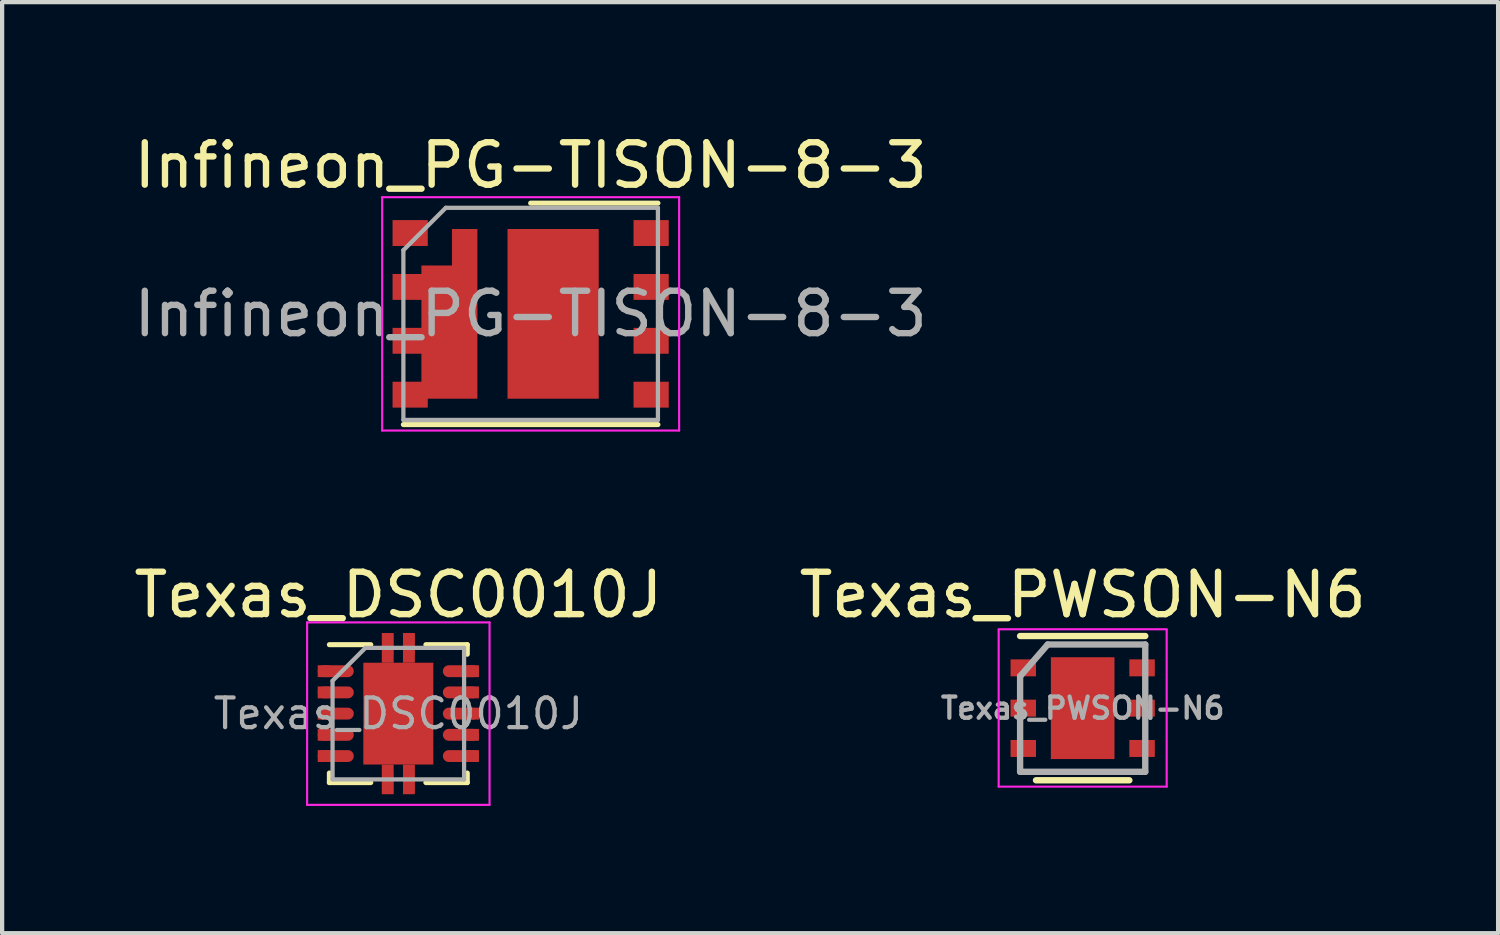
<source format=kicad_pcb>
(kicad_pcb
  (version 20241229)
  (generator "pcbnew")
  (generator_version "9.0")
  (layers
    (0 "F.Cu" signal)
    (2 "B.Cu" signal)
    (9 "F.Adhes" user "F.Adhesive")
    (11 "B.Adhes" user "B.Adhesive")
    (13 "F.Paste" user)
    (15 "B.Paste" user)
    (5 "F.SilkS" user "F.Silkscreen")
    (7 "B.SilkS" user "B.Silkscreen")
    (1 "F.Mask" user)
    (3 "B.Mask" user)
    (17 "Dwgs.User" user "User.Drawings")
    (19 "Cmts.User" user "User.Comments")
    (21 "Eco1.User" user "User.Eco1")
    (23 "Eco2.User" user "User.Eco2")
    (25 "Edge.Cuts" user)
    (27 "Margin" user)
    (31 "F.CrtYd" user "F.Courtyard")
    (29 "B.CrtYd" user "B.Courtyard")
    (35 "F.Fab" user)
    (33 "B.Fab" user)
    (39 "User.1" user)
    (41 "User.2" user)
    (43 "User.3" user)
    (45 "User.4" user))
  (footprint "Infineon_PG-TISON-8-3"
    (layer "F.Cu")
    (at 9.458 4.348)
    (property "Reference" "Infineon_PG-TISON-8-3" (at 0 -3.5 0) (layer "F.SilkS") (effects (font (size 1 1) (thickness 0.15))))
    (attr smd)
    (fp_line (start 3 -2.61) (end 0 -2.61) (stroke (width 0.12) (type solid)) (layer "F.SilkS"))
    (fp_line (start 3 2.61) (end -3 2.61) (stroke (width 0.12) (type solid)) (layer "F.SilkS"))
    (fp_line (start -3.5 -2.75) (end 3.5 -2.75) (stroke (width 0.05) (type solid)) (layer "F.CrtYd"))
    (fp_line (start -3.5 2.75) (end -3.5 -2.75) (stroke (width 0.05) (type solid)) (layer "F.CrtYd"))
    (fp_line (start 3.5 -2.75) (end 3.5 2.75) (stroke (width 0.05) (type solid)) (layer "F.CrtYd"))
    (fp_line (start 3.5 2.75) (end -3.5 2.75) (stroke (width 0.05) (type solid)) (layer "F.CrtYd"))
    (fp_line (start -3 -1.5) (end -3 2.5) (stroke (width 0.1) (type solid)) (layer "F.Fab"))
    (fp_line (start -2 -2.5) (end -3 -1.5) (stroke (width 0.1) (type solid)) (layer "F.Fab"))
    (fp_line (start -2 -2.5) (end 3 -2.5) (stroke (width 0.1) (type solid)) (layer "F.Fab"))
    (fp_line (start 3 -2.5) (end 3 2.5) (stroke (width 0.1) (type solid)) (layer "F.Fab"))
    (fp_line (start 3 2.5) (end -3 2.5) (stroke (width 0.1) (type solid)) (layer "F.Fab"))
    (fp_text user "${REFERENCE}" (at 0 0 0) (layer "F.Fab") (effects (font (size 1 1) (thickness 0.15))))
    (pad "" smd rect (at -2.84 -0.635) (size 0.73 0.51) (layers "F.Paste"))
    (pad "" smd rect (at -2.84 0.635) (size 0.73 0.51) (layers "F.Paste"))
    (pad "" smd rect (at -2.84 1.905) (size 0.73 0.51) (layers "F.Paste"))
    (pad "" smd rect (at -1.82 -0.64) (size 0.9 0.5) (layers "F.Paste"))
    (pad "" smd rect (at -1.82 0.06) (size 0.9 0.5) (layers "F.Paste"))
    (pad "" smd rect (at -1.82 0.76) (size 0.9 0.5) (layers "F.Paste"))
    (pad "" smd rect (at -1.82 1.46) (size 0.9 0.5) (layers "F.Paste"))
    (pad "" smd rect (at -1.545 -1.6) (size 0.35 0.6) (layers "F.Paste"))
    (pad "" smd rect (at 0 -1.425) (size 0.75 0.75) (layers "F.Paste"))
    (pad "" smd rect (at 0 -0.475) (size 0.75 0.75) (layers "F.Paste"))
    (pad "" smd rect (at 0 0.475) (size 0.75 0.75) (layers "F.Paste"))
    (pad "" smd rect (at 0 1.425) (size 0.75 0.75) (layers "F.Paste"))
    (pad "" smd rect (at 1.025 -1.425) (size 0.75 0.75) (layers "F.Paste"))
    (pad "" smd rect (at 1.025 -0.475) (size 0.75 0.75) (layers "F.Paste"))
    (pad "" smd rect (at 1.025 0.475) (size 0.75 0.75) (layers "F.Paste"))
    (pad "" smd rect (at 1.025 1.425) (size 0.75 0.75) (layers "F.Paste"))
    (pad "1" smd rect (at -2.84 -1.905) (size 0.83 0.61) (layers "F.Cu" "F.Mask" "F.Paste"))
    (pad "2" smd custom (at -1.555 0) (size 0.6 4) (layers "F.Cu" "F.Mask") (options (anchor rect)) (primitives (gr_poly (pts (xy -0.3 -1.14) (xy -1.02 -1.14) (xy -1.02 -0.94) (xy -1.7 -0.94) (xy -1.7 -0.33) (xy -1.02 -0.33) (xy -1.02 0.33) (xy -1.7 0.33) (xy -1.7 0.94) (xy -1.02 0.94) (xy -1.02 1.6) (xy -1.7 1.6) (xy -1.7 2.21) (xy -0.87 2.21) (xy -0.87 2) (xy -0.3 2)) (width 0) (fill yes))))
    (pad "3" smd rect (at 2.84 1.905) (size 0.83 0.61) (layers "F.Cu" "F.Mask" "F.Paste"))
    (pad "4" smd rect (at 2.84 0.635) (size 0.83 0.61) (layers "F.Cu" "F.Mask" "F.Paste"))
    (pad "5" smd rect (at 2.84 -0.635) (size 0.83 0.61) (layers "F.Cu" "F.Mask" "F.Paste"))
    (pad "6" smd rect (at 2.84 -1.905) (size 0.83 0.61) (layers "F.Cu" "F.Mask" "F.Paste"))
    (pad "7" smd rect (at 0.53 0) (size 2.15 4) (layers "F.Cu" "F.Mask")))
  (footprint "Texas_PWSON-N6"
    (layer "F.Cu")
    (at 22.47 13.642)
    (property "Reference" "Texas_PWSON-N6" (at 0 -2.67 0) (layer "F.SilkS") (effects (font (size 1 1) (thickness 0.15))))
    (attr smd)
    (fp_line (start 1.1 1.7) (end -1.1 1.7) (stroke (width 0.15) (type solid)) (layer "F.SilkS"))
    (fp_line (start 1.475 -1.7) (end -1.475 -1.7) (stroke (width 0.15) (type solid)) (layer "F.SilkS"))
    (fp_line (start -1.98 -1.86) (end 1.98 -1.86) (stroke (width 0.05) (type solid)) (layer "F.CrtYd"))
    (fp_line (start -1.98 1.85) (end -1.98 -1.85) (stroke (width 0.05) (type solid)) (layer "F.CrtYd"))
    (fp_line (start -1.98 1.85) (end 1.98 1.85) (stroke (width 0.05) (type solid)) (layer "F.CrtYd"))
    (fp_line (start 1.98 1.85) (end 1.98 -1.85) (stroke (width 0.05) (type solid)) (layer "F.CrtYd"))
    (fp_line (start -1.475 -0.75) (end -0.825 -1.5) (stroke (width 0.15) (type solid)) (layer "F.Fab"))
    (fp_line (start -1.475 1.5) (end -1.475 -0.75) (stroke (width 0.15) (type solid)) (layer "F.Fab"))
    (fp_line (start 1.475 -1.5) (end -0.825 -1.5) (stroke (width 0.15) (type solid)) (layer "F.Fab"))
    (fp_line (start 1.475 -1.5) (end 1.475 1.5) (stroke (width 0.15) (type solid)) (layer "F.Fab"))
    (fp_line (start 1.475 1.5) (end -1.475 1.5) (stroke (width 0.15) (type solid)) (layer "F.Fab"))
    (fp_text user "${REFERENCE}" (at 0 0 0) (layer "F.Fab") (effects (font (size 0.5 0.5) (thickness 0.1))))
    (pad "1" smd rect (at -1.4 -0.95) (size 0.6 0.4) (layers "F.Cu" "F.Mask" "F.Paste"))
    (pad "2" smd rect (at -1.4 0) (size 0.6 0.4) (layers "F.Cu" "F.Mask" "F.Paste"))
    (pad "3" smd rect (at -1.4 0.95) (size 0.6 0.4) (layers "F.Cu" "F.Mask" "F.Paste"))
    (pad "4" smd rect (at 1.4 0.95) (size 0.6 0.4) (layers "F.Cu" "F.Mask" "F.Paste"))
    (pad "5" smd rect (at 1.4 0) (size 0.6 0.4) (layers "F.Cu" "F.Mask" "F.Paste"))
    (pad "6" smd rect (at 1.4 -0.95) (size 0.6 0.4) (layers "F.Cu" "F.Mask" "F.Paste"))
    (pad "7" smd rect (at 0 0) (size 1.5 2.4) (layers "F.Cu" "F.Mask" "F.Paste")))
  (footprint "Texas_DSC0010J"
    (layer "F.Cu")
    (at 6.339 13.771)
    (property "Reference" "Texas_DSC0010J" (at 0 -2.8 0) (layer "F.SilkS") (effects (font (size 1 1) (thickness 0.15))))
    (attr smd)
    (fp_line (start -1.625 -1.625) (end -0.65 -1.625) (stroke (width 0.12) (type solid)) (layer "F.SilkS"))
    (fp_line (start -1.625 1.625) (end -1.625 1.4) (stroke (width 0.12) (type solid)) (layer "F.SilkS"))
    (fp_line (start -1.625 1.625) (end -0.65 1.625) (stroke (width 0.12) (type solid)) (layer "F.SilkS"))
    (fp_line (start 0.65 -1.625) (end 1.625 -1.625) (stroke (width 0.12) (type solid)) (layer "F.SilkS"))
    (fp_line (start 0.65 1.625) (end 1.625 1.625) (stroke (width 0.12) (type solid)) (layer "F.SilkS"))
    (fp_line (start 1.625 -1.4) (end 1.625 -1.625) (stroke (width 0.12) (type solid)) (layer "F.SilkS"))
    (fp_line (start 1.625 1.4) (end 1.625 1.625) (stroke (width 0.12) (type solid)) (layer "F.SilkS"))
    (fp_line (start -2.15 -2.15) (end -2.15 2.15) (stroke (width 0.05) (type solid)) (layer "F.CrtYd"))
    (fp_line (start -2.15 -2.15) (end 2.15 -2.15) (stroke (width 0.05) (type solid)) (layer "F.CrtYd"))
    (fp_line (start -2.15 2.15) (end 2.15 2.15) (stroke (width 0.05) (type solid)) (layer "F.CrtYd"))
    (fp_line (start 2.15 -2.15) (end 2.15 2.15) (stroke (width 0.05) (type solid)) (layer "F.CrtYd"))
    (fp_line (start -1.55 1.55) (end -1.55 -0.775) (stroke (width 0.1) (type solid)) (layer "F.Fab"))
    (fp_line (start -0.775 -1.55) (end -1.55 -0.775) (stroke (width 0.1) (type solid)) (layer "F.Fab"))
    (fp_line (start -0.775 -1.55) (end 1.55 -1.55) (stroke (width 0.1) (type solid)) (layer "F.Fab"))
    (fp_line (start 1.55 -1.55) (end 1.55 1.55) (stroke (width 0.1) (type solid)) (layer "F.Fab"))
    (fp_line (start 1.55 1.55) (end -1.55 1.55) (stroke (width 0.1) (type solid)) (layer "F.Fab"))
    (fp_text user "${REFERENCE}" (at 0 0 0) (layer "F.Fab") (effects (font (size 0.7 0.7) (thickness 0.1))))
    (pad "1" smd rect (at -1.76 -1) (size 0.28 0.28) (layers "F.Cu" "F.Mask" "F.Paste"))
    (pad "1" smd oval (at -1.475 -1) (size 0.85 0.28) (layers "F.Cu" "F.Mask" "F.Paste"))
    (pad "2" smd rect (at -1.76 -0.5) (size 0.28 0.28) (layers "F.Cu" "F.Mask" "F.Paste"))
    (pad "2" smd oval (at -1.475 -0.5) (size 0.85 0.28) (layers "F.Cu" "F.Mask" "F.Paste"))
    (pad "3" smd rect (at -1.76 0) (size 0.28 0.28) (layers "F.Cu" "F.Mask" "F.Paste"))
    (pad "3" smd oval (at -1.475 0) (size 0.85 0.28) (layers "F.Cu" "F.Mask" "F.Paste"))
    (pad "4" smd rect (at -1.76 0.5) (size 0.28 0.28) (layers "F.Cu" "F.Mask" "F.Paste"))
    (pad "4" smd oval (at -1.475 0.5) (size 0.85 0.28) (layers "F.Cu" "F.Mask" "F.Paste"))
    (pad "5" smd rect (at -1.76 1) (size 0.28 0.28) (layers "F.Cu" "F.Mask" "F.Paste"))
    (pad "5" smd oval (at -1.475 1) (size 0.85 0.28) (layers "F.Cu" "F.Mask" "F.Paste"))
    (pad "6" smd oval (at 1.475 1) (size 0.85 0.28) (layers "F.Cu" "F.Mask" "F.Paste"))
    (pad "6" smd rect (at 1.76 1) (size 0.28 0.28) (layers "F.Cu" "F.Mask" "F.Paste"))
    (pad "7" smd oval (at 1.475 0.5) (size 0.85 0.28) (layers "F.Cu" "F.Mask" "F.Paste"))
    (pad "7" smd rect (at 1.76 0.5) (size 0.28 0.28) (layers "F.Cu" "F.Mask" "F.Paste"))
    (pad "8" smd oval (at 1.475 0) (size 0.85 0.28) (layers "F.Cu" "F.Mask" "F.Paste"))
    (pad "8" smd rect (at 1.76 0) (size 0.28 0.28) (layers "F.Cu" "F.Mask" "F.Paste"))
    (pad "9" smd oval (at 1.475 -0.5) (size 0.85 0.28) (layers "F.Cu" "F.Mask" "F.Paste"))
    (pad "9" smd rect (at 1.76 -0.5) (size 0.28 0.28) (layers "F.Cu" "F.Mask" "F.Paste"))
    (pad "10" smd oval (at 1.475 -1) (size 0.85 0.28) (layers "F.Cu" "F.Mask" "F.Paste"))
    (pad "10" smd rect (at 1.76 -1) (size 0.28 0.28) (layers "F.Cu" "F.Mask" "F.Paste"))
    (pad "11" smd rect (at -0.45 -0.635) (size 0.68 1.05) (layers "F.Cu" "F.Mask" "F.Paste"))
    (pad "11" smd rect (at -0.45 0.635) (size 0.68 1.05) (layers "F.Cu" "F.Mask" "F.Paste"))
    (pad "11" smd rect (at -0.25 -1.63) (size 0.26 0.5) (layers "F.Cu" "F.Mask" "F.Paste"))
    (pad "11" smd rect (at -0.25 -1.55) (size 0.28 0.7) (layers "F.Cu" "F.Mask"))
    (pad "11" smd rect (at -0.25 1.55) (size 0.28 0.7) (layers "F.Cu" "F.Mask"))
    (pad "11" smd rect (at -0.25 1.63) (size 0.26 0.5) (layers "F.Cu" "F.Mask" "F.Paste"))
    (pad "11" smd rect (at 0 0) (size 1.65 2.4) (layers "F.Cu" "F.Mask"))
    (pad "11" smd rect (at 0.25 -1.63) (size 0.26 0.5) (layers "F.Cu" "F.Mask" "F.Paste"))
    (pad "11" smd rect (at 0.25 -1.55) (size 0.28 0.7) (layers "F.Cu" "F.Mask"))
    (pad "11" smd rect (at 0.25 1.55) (size 0.28 0.7) (layers "F.Cu" "F.Mask"))
    (pad "11" smd rect (at 0.25 1.63) (size 0.26 0.5) (layers "F.Cu" "F.Mask" "F.Paste"))
    (pad "11" smd rect (at 0.45 -0.635) (size 0.68 1.05) (layers "F.Cu" "F.Mask" "F.Paste"))
    (pad "11" smd rect (at 0.45 0.635) (size 0.68 1.05) (layers "F.Cu" "F.Mask" "F.Paste")))
  (gr_rect
    (start -3 -3)
    (end 32.262 18.947)
    (stroke (width 0.1) (type default))
    (fill no)
    (layer "Edge.Cuts")))
</source>
